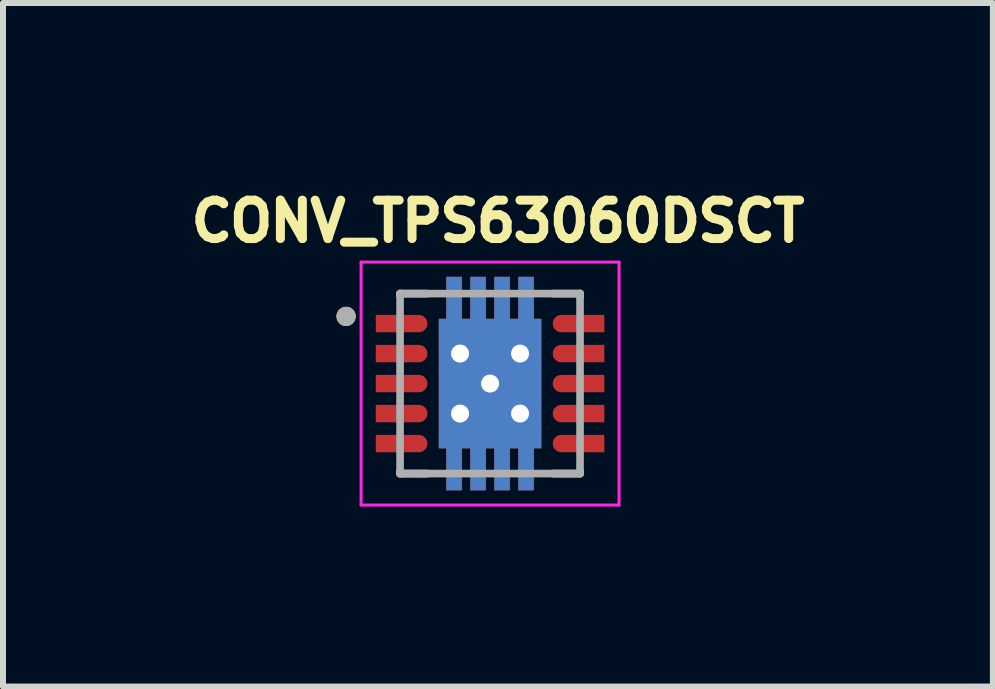
<source format=kicad_pcb>
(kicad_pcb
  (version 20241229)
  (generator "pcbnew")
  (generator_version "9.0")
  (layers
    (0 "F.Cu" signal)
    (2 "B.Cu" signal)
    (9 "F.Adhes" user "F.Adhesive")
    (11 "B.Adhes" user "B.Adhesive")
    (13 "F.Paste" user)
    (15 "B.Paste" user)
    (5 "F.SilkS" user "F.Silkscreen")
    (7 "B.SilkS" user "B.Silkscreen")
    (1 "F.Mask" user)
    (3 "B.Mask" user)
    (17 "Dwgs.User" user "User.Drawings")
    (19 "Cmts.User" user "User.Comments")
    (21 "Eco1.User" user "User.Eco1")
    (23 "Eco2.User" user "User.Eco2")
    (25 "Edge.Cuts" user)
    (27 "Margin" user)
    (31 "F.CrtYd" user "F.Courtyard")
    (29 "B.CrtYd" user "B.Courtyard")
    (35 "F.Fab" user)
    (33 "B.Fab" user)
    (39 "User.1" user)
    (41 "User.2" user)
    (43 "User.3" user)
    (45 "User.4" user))
  (footprint "CONV_TPS63060DSCT"
    (layer "F.Cu")
    (at 5.119 3.344)
    (property "Reference" "CONV_TPS63060DSCT" (at 0.132 -2.706 0) (layer "F.SilkS") (effects (font (size 0.64 0.64) (thickness 0.15))))
    (attr smd)
    (fp_poly (pts (xy -0.92 -1.145) (xy -0.795 -1.145) (xy -0.795 -1.845) (xy -0.405 -1.845) (xy -0.405 -1.145) (xy -0.395 -1.145) (xy -0.395 -1.845) (xy -0.005 -1.845) (xy -0.005 -1.145) (xy 0.005 -1.145) (xy 0.005 -1.845) (xy 0.395 -1.845) (xy 0.395 -1.145) (xy 0.405 -1.145) (xy 0.405 -1.845) (xy 0.795 -1.845) (xy 0.795 -1.145) (xy 0.92 -1.145) (xy 0.92 1.145) (xy 0.795 1.145) (xy 0.795 1.845) (xy 0.405 1.845) (xy 0.405 1.145) (xy 0.395 1.145) (xy 0.395 1.845) (xy 0.005 1.845) (xy 0.005 1.145) (xy -0.005 1.145) (xy -0.005 1.845) (xy -0.395 1.845) (xy -0.395 1.145) (xy -0.405 1.145) (xy -0.405 1.845) (xy -0.795 1.845) (xy -0.795 1.145) (xy -0.92 1.145)) (stroke (width 0.01) (type solid)) (fill yes) (layer "F.Mask"))
    (fp_poly (pts (xy -1.97 -1.21) (xy -1.97 -0.79) (xy -1.19 -0.79) (xy -1.179 -0.79) (xy -1.168 -0.791) (xy -1.157 -0.793) (xy -1.146 -0.795) (xy -1.136 -0.797) (xy -1.125 -0.8) (xy -1.115 -0.804) (xy -1.105 -0.808) (xy -1.095 -0.813) (xy -1.085 -0.818) (xy -1.076 -0.824) (xy -1.067 -0.83) (xy -1.058 -0.837) (xy -1.049 -0.844) (xy -1.042 -0.852) (xy -1.034 -0.859) (xy -1.027 -0.868) (xy -1.02 -0.877) (xy -1.014 -0.886) (xy -1.008 -0.895) (xy -1.003 -0.905) (xy -0.998 -0.915) (xy -0.994 -0.925) (xy -0.99 -0.935) (xy -0.987 -0.946) (xy -0.985 -0.956) (xy -0.983 -0.967) (xy -0.981 -0.978) (xy -0.98 -0.989) (xy -0.98 -1) (xy -0.98 -1.011) (xy -0.981 -1.022) (xy -0.983 -1.033) (xy -0.985 -1.044) (xy -0.987 -1.054) (xy -0.99 -1.065) (xy -0.994 -1.075) (xy -0.998 -1.085) (xy -1.003 -1.095) (xy -1.008 -1.105) (xy -1.014 -1.114) (xy -1.02 -1.123) (xy -1.027 -1.132) (xy -1.034 -1.141) (xy -1.042 -1.148) (xy -1.049 -1.156) (xy -1.058 -1.163) (xy -1.067 -1.17) (xy -1.076 -1.176) (xy -1.085 -1.182) (xy -1.095 -1.187) (xy -1.105 -1.192) (xy -1.115 -1.196) (xy -1.125 -1.2) (xy -1.136 -1.203) (xy -1.146 -1.205) (xy -1.157 -1.207) (xy -1.168 -1.209) (xy -1.179 -1.21) (xy -1.19 -1.21) (xy -1.97 -1.21)) (stroke (width 0.01) (type solid)) (fill yes) (layer "F.Mask"))
    (fp_poly (pts (xy -1.97 -0.71) (xy -1.97 -0.29) (xy -1.19 -0.29) (xy -1.179 -0.29) (xy -1.168 -0.291) (xy -1.157 -0.293) (xy -1.146 -0.295) (xy -1.136 -0.297) (xy -1.125 -0.3) (xy -1.115 -0.304) (xy -1.105 -0.308) (xy -1.095 -0.313) (xy -1.085 -0.318) (xy -1.076 -0.324) (xy -1.067 -0.33) (xy -1.058 -0.337) (xy -1.049 -0.344) (xy -1.042 -0.352) (xy -1.034 -0.359) (xy -1.027 -0.368) (xy -1.02 -0.377) (xy -1.014 -0.386) (xy -1.008 -0.395) (xy -1.003 -0.405) (xy -0.998 -0.415) (xy -0.994 -0.425) (xy -0.99 -0.435) (xy -0.987 -0.446) (xy -0.985 -0.456) (xy -0.983 -0.467) (xy -0.981 -0.478) (xy -0.98 -0.489) (xy -0.98 -0.5) (xy -0.98 -0.511) (xy -0.981 -0.522) (xy -0.983 -0.533) (xy -0.985 -0.544) (xy -0.987 -0.554) (xy -0.99 -0.565) (xy -0.994 -0.575) (xy -0.998 -0.585) (xy -1.003 -0.595) (xy -1.008 -0.605) (xy -1.014 -0.614) (xy -1.02 -0.623) (xy -1.027 -0.632) (xy -1.034 -0.641) (xy -1.042 -0.648) (xy -1.049 -0.656) (xy -1.058 -0.663) (xy -1.067 -0.67) (xy -1.076 -0.676) (xy -1.085 -0.682) (xy -1.095 -0.687) (xy -1.105 -0.692) (xy -1.115 -0.696) (xy -1.125 -0.7) (xy -1.136 -0.703) (xy -1.146 -0.705) (xy -1.157 -0.707) (xy -1.168 -0.709) (xy -1.179 -0.71) (xy -1.19 -0.71) (xy -1.97 -0.71)) (stroke (width 0.01) (type solid)) (fill yes) (layer "F.Mask"))
    (fp_poly (pts (xy -1.97 -0.21) (xy -1.97 0.21) (xy -1.19 0.21) (xy -1.179 0.21) (xy -1.168 0.209) (xy -1.157 0.207) (xy -1.146 0.205) (xy -1.136 0.203) (xy -1.125 0.2) (xy -1.115 0.196) (xy -1.105 0.192) (xy -1.095 0.187) (xy -1.085 0.182) (xy -1.076 0.176) (xy -1.067 0.17) (xy -1.058 0.163) (xy -1.049 0.156) (xy -1.042 0.148) (xy -1.034 0.141) (xy -1.027 0.132) (xy -1.02 0.123) (xy -1.014 0.114) (xy -1.008 0.105) (xy -1.003 0.095) (xy -0.998 0.085) (xy -0.994 0.075) (xy -0.99 0.065) (xy -0.987 0.054) (xy -0.985 0.044) (xy -0.983 0.033) (xy -0.981 0.022) (xy -0.98 0.011) (xy -0.98 0) (xy -0.98 -0.011) (xy -0.981 -0.022) (xy -0.983 -0.033) (xy -0.985 -0.044) (xy -0.987 -0.054) (xy -0.99 -0.065) (xy -0.994 -0.075) (xy -0.998 -0.085) (xy -1.003 -0.095) (xy -1.008 -0.105) (xy -1.014 -0.114) (xy -1.02 -0.123) (xy -1.027 -0.132) (xy -1.034 -0.141) (xy -1.042 -0.148) (xy -1.049 -0.156) (xy -1.058 -0.163) (xy -1.067 -0.17) (xy -1.076 -0.176) (xy -1.085 -0.182) (xy -1.095 -0.187) (xy -1.105 -0.192) (xy -1.115 -0.196) (xy -1.125 -0.2) (xy -1.136 -0.203) (xy -1.146 -0.205) (xy -1.157 -0.207) (xy -1.168 -0.209) (xy -1.179 -0.21) (xy -1.19 -0.21) (xy -1.97 -0.21)) (stroke (width 0.01) (type solid)) (fill yes) (layer "F.Mask"))
    (fp_poly (pts (xy -1.97 0.29) (xy -1.97 0.71) (xy -1.19 0.71) (xy -1.179 0.71) (xy -1.168 0.709) (xy -1.157 0.707) (xy -1.146 0.705) (xy -1.136 0.703) (xy -1.125 0.7) (xy -1.115 0.696) (xy -1.105 0.692) (xy -1.095 0.687) (xy -1.085 0.682) (xy -1.076 0.676) (xy -1.067 0.67) (xy -1.058 0.663) (xy -1.049 0.656) (xy -1.042 0.648) (xy -1.034 0.641) (xy -1.027 0.632) (xy -1.02 0.623) (xy -1.014 0.614) (xy -1.008 0.605) (xy -1.003 0.595) (xy -0.998 0.585) (xy -0.994 0.575) (xy -0.99 0.565) (xy -0.987 0.554) (xy -0.985 0.544) (xy -0.983 0.533) (xy -0.981 0.522) (xy -0.98 0.511) (xy -0.98 0.5) (xy -0.98 0.489) (xy -0.981 0.478) (xy -0.983 0.467) (xy -0.985 0.456) (xy -0.987 0.446) (xy -0.99 0.435) (xy -0.994 0.425) (xy -0.998 0.415) (xy -1.003 0.405) (xy -1.008 0.395) (xy -1.014 0.386) (xy -1.02 0.377) (xy -1.027 0.368) (xy -1.034 0.359) (xy -1.042 0.352) (xy -1.049 0.344) (xy -1.058 0.337) (xy -1.067 0.33) (xy -1.076 0.324) (xy -1.085 0.318) (xy -1.095 0.313) (xy -1.105 0.308) (xy -1.115 0.304) (xy -1.125 0.3) (xy -1.136 0.297) (xy -1.146 0.295) (xy -1.157 0.293) (xy -1.168 0.291) (xy -1.179 0.29) (xy -1.19 0.29) (xy -1.97 0.29)) (stroke (width 0.01) (type solid)) (fill yes) (layer "F.Mask"))
    (fp_poly (pts (xy -1.97 0.79) (xy -1.97 1.21) (xy -1.19 1.21) (xy -1.179 1.21) (xy -1.168 1.209) (xy -1.157 1.207) (xy -1.146 1.205) (xy -1.136 1.203) (xy -1.125 1.2) (xy -1.115 1.196) (xy -1.105 1.192) (xy -1.095 1.187) (xy -1.085 1.182) (xy -1.076 1.176) (xy -1.067 1.17) (xy -1.058 1.163) (xy -1.049 1.156) (xy -1.042 1.148) (xy -1.034 1.141) (xy -1.027 1.132) (xy -1.02 1.123) (xy -1.014 1.114) (xy -1.008 1.105) (xy -1.003 1.095) (xy -0.998 1.085) (xy -0.994 1.075) (xy -0.99 1.065) (xy -0.987 1.054) (xy -0.985 1.044) (xy -0.983 1.033) (xy -0.981 1.022) (xy -0.98 1.011) (xy -0.98 1) (xy -0.98 0.989) (xy -0.981 0.978) (xy -0.983 0.967) (xy -0.985 0.956) (xy -0.987 0.946) (xy -0.99 0.935) (xy -0.994 0.925) (xy -0.998 0.915) (xy -1.003 0.905) (xy -1.008 0.895) (xy -1.014 0.886) (xy -1.02 0.877) (xy -1.027 0.868) (xy -1.034 0.859) (xy -1.042 0.852) (xy -1.049 0.844) (xy -1.058 0.837) (xy -1.067 0.83) (xy -1.076 0.824) (xy -1.085 0.818) (xy -1.095 0.813) (xy -1.105 0.808) (xy -1.115 0.804) (xy -1.125 0.8) (xy -1.136 0.797) (xy -1.146 0.795) (xy -1.157 0.793) (xy -1.168 0.791) (xy -1.179 0.79) (xy -1.19 0.79) (xy -1.97 0.79)) (stroke (width 0.01) (type solid)) (fill yes) (layer "F.Mask"))
    (fp_poly (pts (xy 1.97 -1.21) (xy 1.97 -0.79) (xy 1.19 -0.79) (xy 1.179 -0.79) (xy 1.168 -0.791) (xy 1.157 -0.793) (xy 1.146 -0.795) (xy 1.136 -0.797) (xy 1.125 -0.8) (xy 1.115 -0.804) (xy 1.105 -0.808) (xy 1.095 -0.813) (xy 1.085 -0.818) (xy 1.076 -0.824) (xy 1.067 -0.83) (xy 1.058 -0.837) (xy 1.049 -0.844) (xy 1.042 -0.852) (xy 1.034 -0.859) (xy 1.027 -0.868) (xy 1.02 -0.877) (xy 1.014 -0.886) (xy 1.008 -0.895) (xy 1.003 -0.905) (xy 0.998 -0.915) (xy 0.994 -0.925) (xy 0.99 -0.935) (xy 0.987 -0.946) (xy 0.985 -0.956) (xy 0.983 -0.967) (xy 0.981 -0.978) (xy 0.98 -0.989) (xy 0.98 -1) (xy 0.98 -1.011) (xy 0.981 -1.022) (xy 0.983 -1.033) (xy 0.985 -1.044) (xy 0.987 -1.054) (xy 0.99 -1.065) (xy 0.994 -1.075) (xy 0.998 -1.085) (xy 1.003 -1.095) (xy 1.008 -1.105) (xy 1.014 -1.114) (xy 1.02 -1.123) (xy 1.027 -1.132) (xy 1.034 -1.141) (xy 1.042 -1.148) (xy 1.049 -1.156) (xy 1.058 -1.163) (xy 1.067 -1.17) (xy 1.076 -1.176) (xy 1.085 -1.182) (xy 1.095 -1.187) (xy 1.105 -1.192) (xy 1.115 -1.196) (xy 1.125 -1.2) (xy 1.136 -1.203) (xy 1.146 -1.205) (xy 1.157 -1.207) (xy 1.168 -1.209) (xy 1.179 -1.21) (xy 1.19 -1.21) (xy 1.97 -1.21)) (stroke (width 0.01) (type solid)) (fill yes) (layer "F.Mask"))
    (fp_poly (pts (xy 1.97 -0.71) (xy 1.97 -0.29) (xy 1.19 -0.29) (xy 1.179 -0.29) (xy 1.168 -0.291) (xy 1.157 -0.293) (xy 1.146 -0.295) (xy 1.136 -0.297) (xy 1.125 -0.3) (xy 1.115 -0.304) (xy 1.105 -0.308) (xy 1.095 -0.313) (xy 1.085 -0.318) (xy 1.076 -0.324) (xy 1.067 -0.33) (xy 1.058 -0.337) (xy 1.049 -0.344) (xy 1.042 -0.352) (xy 1.034 -0.359) (xy 1.027 -0.368) (xy 1.02 -0.377) (xy 1.014 -0.386) (xy 1.008 -0.395) (xy 1.003 -0.405) (xy 0.998 -0.415) (xy 0.994 -0.425) (xy 0.99 -0.435) (xy 0.987 -0.446) (xy 0.985 -0.456) (xy 0.983 -0.467) (xy 0.981 -0.478) (xy 0.98 -0.489) (xy 0.98 -0.5) (xy 0.98 -0.511) (xy 0.981 -0.522) (xy 0.983 -0.533) (xy 0.985 -0.544) (xy 0.987 -0.554) (xy 0.99 -0.565) (xy 0.994 -0.575) (xy 0.998 -0.585) (xy 1.003 -0.595) (xy 1.008 -0.605) (xy 1.014 -0.614) (xy 1.02 -0.623) (xy 1.027 -0.632) (xy 1.034 -0.641) (xy 1.042 -0.648) (xy 1.049 -0.656) (xy 1.058 -0.663) (xy 1.067 -0.67) (xy 1.076 -0.676) (xy 1.085 -0.682) (xy 1.095 -0.687) (xy 1.105 -0.692) (xy 1.115 -0.696) (xy 1.125 -0.7) (xy 1.136 -0.703) (xy 1.146 -0.705) (xy 1.157 -0.707) (xy 1.168 -0.709) (xy 1.179 -0.71) (xy 1.19 -0.71) (xy 1.97 -0.71)) (stroke (width 0.01) (type solid)) (fill yes) (layer "F.Mask"))
    (fp_poly (pts (xy 1.97 -0.21) (xy 1.97 0.21) (xy 1.19 0.21) (xy 1.179 0.21) (xy 1.168 0.209) (xy 1.157 0.207) (xy 1.146 0.205) (xy 1.136 0.203) (xy 1.125 0.2) (xy 1.115 0.196) (xy 1.105 0.192) (xy 1.095 0.187) (xy 1.085 0.182) (xy 1.076 0.176) (xy 1.067 0.17) (xy 1.058 0.163) (xy 1.049 0.156) (xy 1.042 0.148) (xy 1.034 0.141) (xy 1.027 0.132) (xy 1.02 0.123) (xy 1.014 0.114) (xy 1.008 0.105) (xy 1.003 0.095) (xy 0.998 0.085) (xy 0.994 0.075) (xy 0.99 0.065) (xy 0.987 0.054) (xy 0.985 0.044) (xy 0.983 0.033) (xy 0.981 0.022) (xy 0.98 0.011) (xy 0.98 0) (xy 0.98 -0.011) (xy 0.981 -0.022) (xy 0.983 -0.033) (xy 0.985 -0.044) (xy 0.987 -0.054) (xy 0.99 -0.065) (xy 0.994 -0.075) (xy 0.998 -0.085) (xy 1.003 -0.095) (xy 1.008 -0.105) (xy 1.014 -0.114) (xy 1.02 -0.123) (xy 1.027 -0.132) (xy 1.034 -0.141) (xy 1.042 -0.148) (xy 1.049 -0.156) (xy 1.058 -0.163) (xy 1.067 -0.17) (xy 1.076 -0.176) (xy 1.085 -0.182) (xy 1.095 -0.187) (xy 1.105 -0.192) (xy 1.115 -0.196) (xy 1.125 -0.2) (xy 1.136 -0.203) (xy 1.146 -0.205) (xy 1.157 -0.207) (xy 1.168 -0.209) (xy 1.179 -0.21) (xy 1.19 -0.21) (xy 1.97 -0.21)) (stroke (width 0.01) (type solid)) (fill yes) (layer "F.Mask"))
    (fp_poly (pts (xy 1.97 0.29) (xy 1.97 0.71) (xy 1.19 0.71) (xy 1.179 0.71) (xy 1.168 0.709) (xy 1.157 0.707) (xy 1.146 0.705) (xy 1.136 0.703) (xy 1.125 0.7) (xy 1.115 0.696) (xy 1.105 0.692) (xy 1.095 0.687) (xy 1.085 0.682) (xy 1.076 0.676) (xy 1.067 0.67) (xy 1.058 0.663) (xy 1.049 0.656) (xy 1.042 0.648) (xy 1.034 0.641) (xy 1.027 0.632) (xy 1.02 0.623) (xy 1.014 0.614) (xy 1.008 0.605) (xy 1.003 0.595) (xy 0.998 0.585) (xy 0.994 0.575) (xy 0.99 0.565) (xy 0.987 0.554) (xy 0.985 0.544) (xy 0.983 0.533) (xy 0.981 0.522) (xy 0.98 0.511) (xy 0.98 0.5) (xy 0.98 0.489) (xy 0.981 0.478) (xy 0.983 0.467) (xy 0.985 0.456) (xy 0.987 0.446) (xy 0.99 0.435) (xy 0.994 0.425) (xy 0.998 0.415) (xy 1.003 0.405) (xy 1.008 0.395) (xy 1.014 0.386) (xy 1.02 0.377) (xy 1.027 0.368) (xy 1.034 0.359) (xy 1.042 0.352) (xy 1.049 0.344) (xy 1.058 0.337) (xy 1.067 0.33) (xy 1.076 0.324) (xy 1.085 0.318) (xy 1.095 0.313) (xy 1.105 0.308) (xy 1.115 0.304) (xy 1.125 0.3) (xy 1.136 0.297) (xy 1.146 0.295) (xy 1.157 0.293) (xy 1.168 0.291) (xy 1.179 0.29) (xy 1.19 0.29) (xy 1.97 0.29)) (stroke (width 0.01) (type solid)) (fill yes) (layer "F.Mask"))
    (fp_poly (pts (xy 1.97 0.79) (xy 1.97 1.21) (xy 1.19 1.21) (xy 1.179 1.21) (xy 1.168 1.209) (xy 1.157 1.207) (xy 1.146 1.205) (xy 1.136 1.203) (xy 1.125 1.2) (xy 1.115 1.196) (xy 1.105 1.192) (xy 1.095 1.187) (xy 1.085 1.182) (xy 1.076 1.176) (xy 1.067 1.17) (xy 1.058 1.163) (xy 1.049 1.156) (xy 1.042 1.148) (xy 1.034 1.141) (xy 1.027 1.132) (xy 1.02 1.123) (xy 1.014 1.114) (xy 1.008 1.105) (xy 1.003 1.095) (xy 0.998 1.085) (xy 0.994 1.075) (xy 0.99 1.065) (xy 0.987 1.054) (xy 0.985 1.044) (xy 0.983 1.033) (xy 0.981 1.022) (xy 0.98 1.011) (xy 0.98 1) (xy 0.98 0.989) (xy 0.981 0.978) (xy 0.983 0.967) (xy 0.985 0.956) (xy 0.987 0.946) (xy 0.99 0.935) (xy 0.994 0.925) (xy 0.998 0.915) (xy 1.003 0.905) (xy 1.008 0.895) (xy 1.014 0.886) (xy 1.02 0.877) (xy 1.027 0.868) (xy 1.034 0.859) (xy 1.042 0.852) (xy 1.049 0.844) (xy 1.058 0.837) (xy 1.067 0.83) (xy 1.076 0.824) (xy 1.085 0.818) (xy 1.095 0.813) (xy 1.105 0.808) (xy 1.115 0.804) (xy 1.125 0.8) (xy 1.136 0.797) (xy 1.146 0.795) (xy 1.157 0.793) (xy 1.168 0.791) (xy 1.179 0.79) (xy 1.19 0.79) (xy 1.97 0.79)) (stroke (width 0.01) (type solid)) (fill yes) (layer "F.Mask"))
    (fp_line (start -1.5 -1.5) (end -1.5 -1.46) (stroke (width 0.127) (type solid)) (layer "F.SilkS"))
    (fp_line (start -1.5 -1.5) (end -1.045 -1.5) (stroke (width 0.127) (type solid)) (layer "F.SilkS"))
    (fp_line (start -1.5 1.5) (end -1.5 1.46) (stroke (width 0.127) (type solid)) (layer "F.SilkS"))
    (fp_line (start -1.5 1.5) (end -1.045 1.5) (stroke (width 0.127) (type solid)) (layer "F.SilkS"))
    (fp_line (start 1.045 -1.5) (end 1.5 -1.5) (stroke (width 0.127) (type solid)) (layer "F.SilkS"))
    (fp_line (start 1.045 1.5) (end 1.5 1.5) (stroke (width 0.127) (type solid)) (layer "F.SilkS"))
    (fp_line (start 1.5 -1.5) (end 1.5 -1.46) (stroke (width 0.127) (type solid)) (layer "F.SilkS"))
    (fp_line (start 1.5 1.5) (end 1.5 1.46) (stroke (width 0.127) (type solid)) (layer "F.SilkS"))
    (fp_circle (center -2.4 -1.12) (end -2.32 -1.12) (stroke (width 0.16) (type solid)) (fill no) (layer "F.SilkS"))
    (fp_poly (pts (xy -0.76 -1.01) (xy -0.11 -1.01) (xy -0.11 -0.11) (xy -0.76 -0.11)) (stroke (width 0.01) (type solid)) (fill yes) (layer "F.Paste"))
    (fp_poly (pts (xy -0.76 0.11) (xy -0.11 0.11) (xy -0.11 1.01) (xy -0.76 1.01)) (stroke (width 0.01) (type solid)) (fill yes) (layer "F.Paste"))
    (fp_poly (pts (xy -0.715 -1.76) (xy -0.485 -1.76) (xy -0.485 -1.16) (xy -0.715 -1.16)) (stroke (width 0.01) (type solid)) (fill yes) (layer "F.Paste"))
    (fp_poly (pts (xy -0.715 1.16) (xy -0.485 1.16) (xy -0.485 1.76) (xy -0.715 1.76)) (stroke (width 0.01) (type solid)) (fill yes) (layer "F.Paste"))
    (fp_poly (pts (xy -0.315 -1.76) (xy -0.085 -1.76) (xy -0.085 -1.16) (xy -0.315 -1.16)) (stroke (width 0.01) (type solid)) (fill yes) (layer "F.Paste"))
    (fp_poly (pts (xy -0.315 1.16) (xy -0.085 1.16) (xy -0.085 1.76) (xy -0.315 1.76)) (stroke (width 0.01) (type solid)) (fill yes) (layer "F.Paste"))
    (fp_poly (pts (xy 0.085 -1.76) (xy 0.315 -1.76) (xy 0.315 -1.16) (xy 0.085 -1.16)) (stroke (width 0.01) (type solid)) (fill yes) (layer "F.Paste"))
    (fp_poly (pts (xy 0.085 1.16) (xy 0.315 1.16) (xy 0.315 1.76) (xy 0.085 1.76)) (stroke (width 0.01) (type solid)) (fill yes) (layer "F.Paste"))
    (fp_poly (pts (xy 0.11 -1.01) (xy 0.76 -1.01) (xy 0.76 -0.11) (xy 0.11 -0.11)) (stroke (width 0.01) (type solid)) (fill yes) (layer "F.Paste"))
    (fp_poly (pts (xy 0.11 0.11) (xy 0.76 0.11) (xy 0.76 1.01) (xy 0.11 1.01)) (stroke (width 0.01) (type solid)) (fill yes) (layer "F.Paste"))
    (fp_poly (pts (xy 0.485 -1.76) (xy 0.715 -1.76) (xy 0.715 -1.16) (xy 0.485 -1.16)) (stroke (width 0.01) (type solid)) (fill yes) (layer "F.Paste"))
    (fp_poly (pts (xy 0.485 1.16) (xy 0.715 1.16) (xy 0.715 1.76) (xy 0.485 1.76)) (stroke (width 0.01) (type solid)) (fill yes) (layer "F.Paste"))
    (fp_poly (pts (xy -1.875 -1.115) (xy -1.875 -0.885) (xy -1.215 -0.885) (xy -1.209 -0.885) (xy -1.203 -0.884) (xy -1.196 -0.885) (xy -1.189 -0.885) (xy -1.182 -0.886) (xy -1.176 -0.887) (xy -1.169 -0.889) (xy -1.163 -0.891) (xy -1.157 -0.893) (xy -1.15 -0.895) (xy -1.144 -0.898) (xy -1.138 -0.902) (xy -1.133 -0.905) (xy -1.127 -0.909) (xy -1.122 -0.913) (xy -1.117 -0.917) (xy -1.112 -0.922) (xy -1.107 -0.927) (xy -1.103 -0.932) (xy -1.099 -0.937) (xy -1.095 -0.943) (xy -1.092 -0.948) (xy -1.088 -0.954) (xy -1.085 -0.96) (xy -1.083 -0.967) (xy -1.081 -0.973) (xy -1.079 -0.979) (xy -1.077 -0.986) (xy -1.076 -0.992) (xy -1.075 -1) (xy -1.076 -1.008) (xy -1.077 -1.014) (xy -1.079 -1.021) (xy -1.081 -1.027) (xy -1.083 -1.033) (xy -1.085 -1.04) (xy -1.088 -1.046) (xy -1.092 -1.052) (xy -1.095 -1.057) (xy -1.099 -1.063) (xy -1.103 -1.068) (xy -1.107 -1.073) (xy -1.112 -1.078) (xy -1.117 -1.083) (xy -1.122 -1.087) (xy -1.127 -1.091) (xy -1.133 -1.095) (xy -1.138 -1.098) (xy -1.144 -1.102) (xy -1.15 -1.105) (xy -1.157 -1.107) (xy -1.163 -1.109) (xy -1.169 -1.111) (xy -1.176 -1.113) (xy -1.182 -1.114) (xy -1.189 -1.115) (xy -1.196 -1.115) (xy -1.203 -1.116) (xy -1.209 -1.115) (xy -1.215 -1.115) (xy -1.875 -1.115)) (stroke (width 0.01) (type solid)) (fill yes) (layer "F.Paste"))
    (fp_poly (pts (xy -1.875 -0.615) (xy -1.875 -0.385) (xy -1.215 -0.385) (xy -1.209 -0.385) (xy -1.203 -0.384) (xy -1.196 -0.385) (xy -1.189 -0.385) (xy -1.182 -0.386) (xy -1.176 -0.387) (xy -1.169 -0.389) (xy -1.163 -0.391) (xy -1.157 -0.393) (xy -1.15 -0.395) (xy -1.144 -0.398) (xy -1.138 -0.402) (xy -1.133 -0.405) (xy -1.127 -0.409) (xy -1.122 -0.413) (xy -1.117 -0.417) (xy -1.112 -0.422) (xy -1.107 -0.427) (xy -1.103 -0.432) (xy -1.099 -0.437) (xy -1.095 -0.443) (xy -1.092 -0.448) (xy -1.088 -0.454) (xy -1.085 -0.46) (xy -1.083 -0.467) (xy -1.081 -0.473) (xy -1.079 -0.479) (xy -1.077 -0.486) (xy -1.076 -0.492) (xy -1.075 -0.5) (xy -1.076 -0.508) (xy -1.077 -0.514) (xy -1.079 -0.521) (xy -1.081 -0.527) (xy -1.083 -0.533) (xy -1.085 -0.54) (xy -1.088 -0.546) (xy -1.092 -0.552) (xy -1.095 -0.557) (xy -1.099 -0.563) (xy -1.103 -0.568) (xy -1.107 -0.573) (xy -1.112 -0.578) (xy -1.117 -0.583) (xy -1.122 -0.587) (xy -1.127 -0.591) (xy -1.133 -0.595) (xy -1.138 -0.598) (xy -1.144 -0.602) (xy -1.15 -0.605) (xy -1.157 -0.607) (xy -1.163 -0.609) (xy -1.169 -0.611) (xy -1.176 -0.613) (xy -1.182 -0.614) (xy -1.189 -0.615) (xy -1.196 -0.615) (xy -1.203 -0.616) (xy -1.209 -0.615) (xy -1.215 -0.615) (xy -1.875 -0.615)) (stroke (width 0.01) (type solid)) (fill yes) (layer "F.Paste"))
    (fp_poly (pts (xy -1.875 -0.115) (xy -1.875 0.115) (xy -1.215 0.115) (xy -1.209 0.115) (xy -1.203 0.116) (xy -1.196 0.115) (xy -1.189 0.115) (xy -1.182 0.114) (xy -1.176 0.113) (xy -1.169 0.111) (xy -1.163 0.109) (xy -1.157 0.107) (xy -1.15 0.105) (xy -1.144 0.102) (xy -1.138 0.098) (xy -1.133 0.095) (xy -1.127 0.091) (xy -1.122 0.087) (xy -1.117 0.083) (xy -1.112 0.078) (xy -1.107 0.073) (xy -1.103 0.068) (xy -1.099 0.063) (xy -1.095 0.057) (xy -1.092 0.052) (xy -1.088 0.046) (xy -1.085 0.04) (xy -1.083 0.033) (xy -1.081 0.027) (xy -1.079 0.021) (xy -1.077 0.014) (xy -1.076 0.008) (xy -1.075 0) (xy -1.076 -0.008) (xy -1.077 -0.014) (xy -1.079 -0.021) (xy -1.081 -0.027) (xy -1.083 -0.033) (xy -1.085 -0.04) (xy -1.088 -0.046) (xy -1.092 -0.052) (xy -1.095 -0.057) (xy -1.099 -0.063) (xy -1.103 -0.068) (xy -1.107 -0.073) (xy -1.112 -0.078) (xy -1.117 -0.083) (xy -1.122 -0.087) (xy -1.127 -0.091) (xy -1.133 -0.095) (xy -1.138 -0.098) (xy -1.144 -0.102) (xy -1.15 -0.105) (xy -1.157 -0.107) (xy -1.163 -0.109) (xy -1.169 -0.111) (xy -1.176 -0.113) (xy -1.182 -0.114) (xy -1.189 -0.115) (xy -1.196 -0.115) (xy -1.203 -0.116) (xy -1.209 -0.115) (xy -1.215 -0.115) (xy -1.875 -0.115)) (stroke (width 0.01) (type solid)) (fill yes) (layer "F.Paste"))
    (fp_poly (pts (xy -1.875 0.385) (xy -1.875 0.615) (xy -1.215 0.615) (xy -1.209 0.615) (xy -1.203 0.616) (xy -1.196 0.615) (xy -1.189 0.615) (xy -1.182 0.614) (xy -1.176 0.613) (xy -1.169 0.611) (xy -1.163 0.609) (xy -1.157 0.607) (xy -1.15 0.605) (xy -1.144 0.602) (xy -1.138 0.598) (xy -1.133 0.595) (xy -1.127 0.591) (xy -1.122 0.587) (xy -1.117 0.583) (xy -1.112 0.578) (xy -1.107 0.573) (xy -1.103 0.568) (xy -1.099 0.563) (xy -1.095 0.557) (xy -1.092 0.552) (xy -1.088 0.546) (xy -1.085 0.54) (xy -1.083 0.533) (xy -1.081 0.527) (xy -1.079 0.521) (xy -1.077 0.514) (xy -1.076 0.508) (xy -1.075 0.5) (xy -1.076 0.492) (xy -1.077 0.486) (xy -1.079 0.479) (xy -1.081 0.473) (xy -1.083 0.467) (xy -1.085 0.46) (xy -1.088 0.454) (xy -1.092 0.448) (xy -1.095 0.443) (xy -1.099 0.437) (xy -1.103 0.432) (xy -1.107 0.427) (xy -1.112 0.422) (xy -1.117 0.417) (xy -1.122 0.413) (xy -1.127 0.409) (xy -1.133 0.405) (xy -1.138 0.402) (xy -1.144 0.398) (xy -1.15 0.395) (xy -1.157 0.393) (xy -1.163 0.391) (xy -1.169 0.389) (xy -1.176 0.387) (xy -1.182 0.386) (xy -1.189 0.385) (xy -1.196 0.385) (xy -1.203 0.384) (xy -1.209 0.385) (xy -1.215 0.385) (xy -1.875 0.385)) (stroke (width 0.01) (type solid)) (fill yes) (layer "F.Paste"))
    (fp_poly (pts (xy -1.875 0.885) (xy -1.875 1.115) (xy -1.215 1.115) (xy -1.209 1.115) (xy -1.203 1.116) (xy -1.196 1.115) (xy -1.189 1.115) (xy -1.182 1.114) (xy -1.176 1.113) (xy -1.169 1.111) (xy -1.163 1.109) (xy -1.157 1.107) (xy -1.15 1.105) (xy -1.144 1.102) (xy -1.138 1.098) (xy -1.133 1.095) (xy -1.127 1.091) (xy -1.122 1.087) (xy -1.117 1.083) (xy -1.112 1.078) (xy -1.107 1.073) (xy -1.103 1.068) (xy -1.099 1.063) (xy -1.095 1.057) (xy -1.092 1.052) (xy -1.088 1.046) (xy -1.085 1.04) (xy -1.083 1.033) (xy -1.081 1.027) (xy -1.079 1.021) (xy -1.077 1.014) (xy -1.076 1.008) (xy -1.075 1) (xy -1.076 0.992) (xy -1.077 0.986) (xy -1.079 0.979) (xy -1.081 0.973) (xy -1.083 0.967) (xy -1.085 0.96) (xy -1.088 0.954) (xy -1.092 0.948) (xy -1.095 0.943) (xy -1.099 0.937) (xy -1.103 0.932) (xy -1.107 0.927) (xy -1.112 0.922) (xy -1.117 0.917) (xy -1.122 0.913) (xy -1.127 0.909) (xy -1.133 0.905) (xy -1.138 0.902) (xy -1.144 0.898) (xy -1.15 0.895) (xy -1.157 0.893) (xy -1.163 0.891) (xy -1.169 0.889) (xy -1.176 0.887) (xy -1.182 0.886) (xy -1.189 0.885) (xy -1.196 0.885) (xy -1.203 0.884) (xy -1.209 0.885) (xy -1.215 0.885) (xy -1.875 0.885)) (stroke (width 0.01) (type solid)) (fill yes) (layer "F.Paste"))
    (fp_poly (pts (xy 1.875 -1.115) (xy 1.875 -0.885) (xy 1.215 -0.885) (xy 1.209 -0.885) (xy 1.203 -0.884) (xy 1.196 -0.885) (xy 1.189 -0.885) (xy 1.182 -0.886) (xy 1.176 -0.887) (xy 1.169 -0.889) (xy 1.163 -0.891) (xy 1.157 -0.893) (xy 1.15 -0.895) (xy 1.144 -0.898) (xy 1.138 -0.902) (xy 1.133 -0.905) (xy 1.127 -0.909) (xy 1.122 -0.913) (xy 1.117 -0.917) (xy 1.112 -0.922) (xy 1.107 -0.927) (xy 1.103 -0.932) (xy 1.099 -0.937) (xy 1.095 -0.943) (xy 1.092 -0.948) (xy 1.088 -0.954) (xy 1.085 -0.96) (xy 1.083 -0.967) (xy 1.081 -0.973) (xy 1.079 -0.979) (xy 1.077 -0.986) (xy 1.076 -0.992) (xy 1.075 -1) (xy 1.076 -1.008) (xy 1.077 -1.014) (xy 1.079 -1.021) (xy 1.081 -1.027) (xy 1.083 -1.033) (xy 1.085 -1.04) (xy 1.088 -1.046) (xy 1.092 -1.052) (xy 1.095 -1.057) (xy 1.099 -1.063) (xy 1.103 -1.068) (xy 1.107 -1.073) (xy 1.112 -1.078) (xy 1.117 -1.083) (xy 1.122 -1.087) (xy 1.127 -1.091) (xy 1.133 -1.095) (xy 1.138 -1.098) (xy 1.144 -1.102) (xy 1.15 -1.105) (xy 1.157 -1.107) (xy 1.163 -1.109) (xy 1.169 -1.111) (xy 1.176 -1.113) (xy 1.182 -1.114) (xy 1.189 -1.115) (xy 1.196 -1.115) (xy 1.203 -1.116) (xy 1.209 -1.115) (xy 1.215 -1.115) (xy 1.875 -1.115)) (stroke (width 0.01) (type solid)) (fill yes) (layer "F.Paste"))
    (fp_poly (pts (xy 1.875 -0.615) (xy 1.875 -0.385) (xy 1.215 -0.385) (xy 1.209 -0.385) (xy 1.203 -0.384) (xy 1.196 -0.385) (xy 1.189 -0.385) (xy 1.182 -0.386) (xy 1.176 -0.387) (xy 1.169 -0.389) (xy 1.163 -0.391) (xy 1.157 -0.393) (xy 1.15 -0.395) (xy 1.144 -0.398) (xy 1.138 -0.402) (xy 1.133 -0.405) (xy 1.127 -0.409) (xy 1.122 -0.413) (xy 1.117 -0.417) (xy 1.112 -0.422) (xy 1.107 -0.427) (xy 1.103 -0.432) (xy 1.099 -0.437) (xy 1.095 -0.443) (xy 1.092 -0.448) (xy 1.088 -0.454) (xy 1.085 -0.46) (xy 1.083 -0.467) (xy 1.081 -0.473) (xy 1.079 -0.479) (xy 1.077 -0.486) (xy 1.076 -0.492) (xy 1.075 -0.5) (xy 1.076 -0.508) (xy 1.077 -0.514) (xy 1.079 -0.521) (xy 1.081 -0.527) (xy 1.083 -0.533) (xy 1.085 -0.54) (xy 1.088 -0.546) (xy 1.092 -0.552) (xy 1.095 -0.557) (xy 1.099 -0.563) (xy 1.103 -0.568) (xy 1.107 -0.573) (xy 1.112 -0.578) (xy 1.117 -0.583) (xy 1.122 -0.587) (xy 1.127 -0.591) (xy 1.133 -0.595) (xy 1.138 -0.598) (xy 1.144 -0.602) (xy 1.15 -0.605) (xy 1.157 -0.607) (xy 1.163 -0.609) (xy 1.169 -0.611) (xy 1.176 -0.613) (xy 1.182 -0.614) (xy 1.189 -0.615) (xy 1.196 -0.615) (xy 1.203 -0.616) (xy 1.209 -0.615) (xy 1.215 -0.615) (xy 1.875 -0.615)) (stroke (width 0.01) (type solid)) (fill yes) (layer "F.Paste"))
    (fp_poly (pts (xy 1.875 -0.115) (xy 1.875 0.115) (xy 1.215 0.115) (xy 1.209 0.115) (xy 1.203 0.116) (xy 1.196 0.115) (xy 1.189 0.115) (xy 1.182 0.114) (xy 1.176 0.113) (xy 1.169 0.111) (xy 1.163 0.109) (xy 1.157 0.107) (xy 1.15 0.105) (xy 1.144 0.102) (xy 1.138 0.098) (xy 1.133 0.095) (xy 1.127 0.091) (xy 1.122 0.087) (xy 1.117 0.083) (xy 1.112 0.078) (xy 1.107 0.073) (xy 1.103 0.068) (xy 1.099 0.063) (xy 1.095 0.057) (xy 1.092 0.052) (xy 1.088 0.046) (xy 1.085 0.04) (xy 1.083 0.033) (xy 1.081 0.027) (xy 1.079 0.021) (xy 1.077 0.014) (xy 1.076 0.008) (xy 1.075 0) (xy 1.076 -0.008) (xy 1.077 -0.014) (xy 1.079 -0.021) (xy 1.081 -0.027) (xy 1.083 -0.033) (xy 1.085 -0.04) (xy 1.088 -0.046) (xy 1.092 -0.052) (xy 1.095 -0.057) (xy 1.099 -0.063) (xy 1.103 -0.068) (xy 1.107 -0.073) (xy 1.112 -0.078) (xy 1.117 -0.083) (xy 1.122 -0.087) (xy 1.127 -0.091) (xy 1.133 -0.095) (xy 1.138 -0.098) (xy 1.144 -0.102) (xy 1.15 -0.105) (xy 1.157 -0.107) (xy 1.163 -0.109) (xy 1.169 -0.111) (xy 1.176 -0.113) (xy 1.182 -0.114) (xy 1.189 -0.115) (xy 1.196 -0.115) (xy 1.203 -0.116) (xy 1.209 -0.115) (xy 1.215 -0.115) (xy 1.875 -0.115)) (stroke (width 0.01) (type solid)) (fill yes) (layer "F.Paste"))
    (fp_poly (pts (xy 1.875 0.385) (xy 1.875 0.615) (xy 1.215 0.615) (xy 1.209 0.615) (xy 1.203 0.616) (xy 1.196 0.615) (xy 1.189 0.615) (xy 1.182 0.614) (xy 1.176 0.613) (xy 1.169 0.611) (xy 1.163 0.609) (xy 1.157 0.607) (xy 1.15 0.605) (xy 1.144 0.602) (xy 1.138 0.598) (xy 1.133 0.595) (xy 1.127 0.591) (xy 1.122 0.587) (xy 1.117 0.583) (xy 1.112 0.578) (xy 1.107 0.573) (xy 1.103 0.568) (xy 1.099 0.563) (xy 1.095 0.557) (xy 1.092 0.552) (xy 1.088 0.546) (xy 1.085 0.54) (xy 1.083 0.533) (xy 1.081 0.527) (xy 1.079 0.521) (xy 1.077 0.514) (xy 1.076 0.508) (xy 1.075 0.5) (xy 1.076 0.492) (xy 1.077 0.486) (xy 1.079 0.479) (xy 1.081 0.473) (xy 1.083 0.467) (xy 1.085 0.46) (xy 1.088 0.454) (xy 1.092 0.448) (xy 1.095 0.443) (xy 1.099 0.437) (xy 1.103 0.432) (xy 1.107 0.427) (xy 1.112 0.422) (xy 1.117 0.417) (xy 1.122 0.413) (xy 1.127 0.409) (xy 1.133 0.405) (xy 1.138 0.402) (xy 1.144 0.398) (xy 1.15 0.395) (xy 1.157 0.393) (xy 1.163 0.391) (xy 1.169 0.389) (xy 1.176 0.387) (xy 1.182 0.386) (xy 1.189 0.385) (xy 1.196 0.385) (xy 1.203 0.384) (xy 1.209 0.385) (xy 1.215 0.385) (xy 1.875 0.385)) (stroke (width 0.01) (type solid)) (fill yes) (layer "F.Paste"))
    (fp_poly (pts (xy 1.875 0.885) (xy 1.875 1.115) (xy 1.215 1.115) (xy 1.209 1.115) (xy 1.203 1.116) (xy 1.196 1.115) (xy 1.189 1.115) (xy 1.182 1.114) (xy 1.176 1.113) (xy 1.169 1.111) (xy 1.163 1.109) (xy 1.157 1.107) (xy 1.15 1.105) (xy 1.144 1.102) (xy 1.138 1.098) (xy 1.133 1.095) (xy 1.127 1.091) (xy 1.122 1.087) (xy 1.117 1.083) (xy 1.112 1.078) (xy 1.107 1.073) (xy 1.103 1.068) (xy 1.099 1.063) (xy 1.095 1.057) (xy 1.092 1.052) (xy 1.088 1.046) (xy 1.085 1.04) (xy 1.083 1.033) (xy 1.081 1.027) (xy 1.079 1.021) (xy 1.077 1.014) (xy 1.076 1.008) (xy 1.075 1) (xy 1.076 0.992) (xy 1.077 0.986) (xy 1.079 0.979) (xy 1.081 0.973) (xy 1.083 0.967) (xy 1.085 0.96) (xy 1.088 0.954) (xy 1.092 0.948) (xy 1.095 0.943) (xy 1.099 0.937) (xy 1.103 0.932) (xy 1.107 0.927) (xy 1.112 0.922) (xy 1.117 0.917) (xy 1.122 0.913) (xy 1.127 0.909) (xy 1.133 0.905) (xy 1.138 0.902) (xy 1.144 0.898) (xy 1.15 0.895) (xy 1.157 0.893) (xy 1.163 0.891) (xy 1.169 0.889) (xy 1.176 0.887) (xy 1.182 0.886) (xy 1.189 0.885) (xy 1.196 0.885) (xy 1.203 0.884) (xy 1.209 0.885) (xy 1.215 0.885) (xy 1.875 0.885)) (stroke (width 0.01) (type solid)) (fill yes) (layer "F.Paste"))
    (fp_line (start -2.15 -2.025) (end -2.15 2.025) (stroke (width 0.05) (type solid)) (layer "F.CrtYd"))
    (fp_line (start -2.15 2.025) (end 2.15 2.025) (stroke (width 0.05) (type solid)) (layer "F.CrtYd"))
    (fp_line (start 2.15 -2.025) (end -2.15 -2.025) (stroke (width 0.05) (type solid)) (layer "F.CrtYd"))
    (fp_line (start 2.15 2.025) (end 2.15 -2.025) (stroke (width 0.05) (type solid)) (layer "F.CrtYd"))
    (fp_line (start -1.5 -1.5) (end 1.5 -1.5) (stroke (width 0.127) (type solid)) (layer "F.Fab"))
    (fp_line (start -1.5 1.5) (end -1.5 -1.5) (stroke (width 0.127) (type solid)) (layer "F.Fab"))
    (fp_line (start 1.5 -1.5) (end 1.5 1.5) (stroke (width 0.127) (type solid)) (layer "F.Fab"))
    (fp_line (start 1.5 1.5) (end -1.5 1.5) (stroke (width 0.127) (type solid)) (layer "F.Fab"))
    (fp_circle (center -2.4 -1.12) (end -2.32 -1.12) (stroke (width 0.16) (type solid)) (fill no) (layer "F.Fab"))
    (pad "1" smd custom (at -1.475 -1) (size 0.5 0.2) (layers "F.Cu") (options (anchor rect)) (primitives (gr_poly (pts (xy -0.425 -0.14) (xy -0.425 0.14) (xy 0.285 0.14) (xy 0.292 0.14) (xy 0.3 0.139) (xy 0.307 0.138) (xy 0.314 0.137) (xy 0.321 0.135) (xy 0.328 0.133) (xy 0.335 0.131) (xy 0.342 0.128) (xy 0.349 0.125) (xy 0.355 0.121) (xy 0.361 0.117) (xy 0.367 0.113) (xy 0.373 0.109) (xy 0.379 0.104) (xy 0.384 0.099) (xy 0.389 0.094) (xy 0.394 0.088) (xy 0.398 0.082) (xy 0.402 0.076) (xy 0.406 0.07) (xy 0.41 0.064) (xy 0.413 0.057) (xy 0.416 0.05) (xy 0.418 0.043) (xy 0.42 0.036) (xy 0.422 0.029) (xy 0.423 0.022) (xy 0.424 0.015) (xy 0.425 0.007) (xy 0.425 0) (xy 0.425 -0.007) (xy 0.424 -0.015) (xy 0.423 -0.022) (xy 0.422 -0.029) (xy 0.42 -0.036) (xy 0.418 -0.043) (xy 0.416 -0.05) (xy 0.413 -0.057) (xy 0.41 -0.064) (xy 0.406 -0.07) (xy 0.402 -0.076) (xy 0.398 -0.082) (xy 0.394 -0.088) (xy 0.389 -0.094) (xy 0.384 -0.099) (xy 0.379 -0.104) (xy 0.373 -0.109) (xy 0.367 -0.113) (xy 0.361 -0.117) (xy 0.355 -0.121) (xy 0.349 -0.125) (xy 0.342 -0.128) (xy 0.335 -0.131) (xy 0.328 -0.133) (xy 0.321 -0.135) (xy 0.314 -0.137) (xy 0.307 -0.138) (xy 0.3 -0.139) (xy 0.292 -0.14) (xy 0.285 -0.14) (xy -0.425 -0.14)) (width 0.01) (fill yes))))
    (pad "2" smd custom (at -1.475 -0.5) (size 0.5 0.2) (layers "F.Cu") (options (anchor rect)) (primitives (gr_poly (pts (xy -0.425 -0.14) (xy -0.425 0.14) (xy 0.285 0.14) (xy 0.292 0.14) (xy 0.3 0.139) (xy 0.307 0.138) (xy 0.314 0.137) (xy 0.321 0.135) (xy 0.328 0.133) (xy 0.335 0.131) (xy 0.342 0.128) (xy 0.349 0.125) (xy 0.355 0.121) (xy 0.361 0.117) (xy 0.367 0.113) (xy 0.373 0.109) (xy 0.379 0.104) (xy 0.384 0.099) (xy 0.389 0.094) (xy 0.394 0.088) (xy 0.398 0.082) (xy 0.402 0.076) (xy 0.406 0.07) (xy 0.41 0.064) (xy 0.413 0.057) (xy 0.416 0.05) (xy 0.418 0.043) (xy 0.42 0.036) (xy 0.422 0.029) (xy 0.423 0.022) (xy 0.424 0.015) (xy 0.425 0.007) (xy 0.425 0) (xy 0.425 -0.007) (xy 0.424 -0.015) (xy 0.423 -0.022) (xy 0.422 -0.029) (xy 0.42 -0.036) (xy 0.418 -0.043) (xy 0.416 -0.05) (xy 0.413 -0.057) (xy 0.41 -0.064) (xy 0.406 -0.07) (xy 0.402 -0.076) (xy 0.398 -0.082) (xy 0.394 -0.088) (xy 0.389 -0.094) (xy 0.384 -0.099) (xy 0.379 -0.104) (xy 0.373 -0.109) (xy 0.367 -0.113) (xy 0.361 -0.117) (xy 0.355 -0.121) (xy 0.349 -0.125) (xy 0.342 -0.128) (xy 0.335 -0.131) (xy 0.328 -0.133) (xy 0.321 -0.135) (xy 0.314 -0.137) (xy 0.307 -0.138) (xy 0.3 -0.139) (xy 0.292 -0.14) (xy 0.285 -0.14) (xy -0.425 -0.14)) (width 0.01) (fill yes))))
    (pad "3" smd custom (at -1.475 0) (size 0.5 0.2) (layers "F.Cu") (options (anchor rect)) (primitives (gr_poly (pts (xy -0.425 -0.14) (xy -0.425 0.14) (xy 0.285 0.14) (xy 0.292 0.14) (xy 0.3 0.139) (xy 0.307 0.138) (xy 0.314 0.137) (xy 0.321 0.135) (xy 0.328 0.133) (xy 0.335 0.131) (xy 0.342 0.128) (xy 0.349 0.125) (xy 0.355 0.121) (xy 0.361 0.117) (xy 0.367 0.113) (xy 0.373 0.109) (xy 0.379 0.104) (xy 0.384 0.099) (xy 0.389 0.094) (xy 0.394 0.088) (xy 0.398 0.082) (xy 0.402 0.076) (xy 0.406 0.07) (xy 0.41 0.064) (xy 0.413 0.057) (xy 0.416 0.05) (xy 0.418 0.043) (xy 0.42 0.036) (xy 0.422 0.029) (xy 0.423 0.022) (xy 0.424 0.015) (xy 0.425 0.007) (xy 0.425 0) (xy 0.425 -0.007) (xy 0.424 -0.015) (xy 0.423 -0.022) (xy 0.422 -0.029) (xy 0.42 -0.036) (xy 0.418 -0.043) (xy 0.416 -0.05) (xy 0.413 -0.057) (xy 0.41 -0.064) (xy 0.406 -0.07) (xy 0.402 -0.076) (xy 0.398 -0.082) (xy 0.394 -0.088) (xy 0.389 -0.094) (xy 0.384 -0.099) (xy 0.379 -0.104) (xy 0.373 -0.109) (xy 0.367 -0.113) (xy 0.361 -0.117) (xy 0.355 -0.121) (xy 0.349 -0.125) (xy 0.342 -0.128) (xy 0.335 -0.131) (xy 0.328 -0.133) (xy 0.321 -0.135) (xy 0.314 -0.137) (xy 0.307 -0.138) (xy 0.3 -0.139) (xy 0.292 -0.14) (xy 0.285 -0.14) (xy -0.425 -0.14)) (width 0.01) (fill yes))))
    (pad "4" smd custom (at -1.475 0.5) (size 0.5 0.2) (layers "F.Cu") (options (anchor rect)) (primitives (gr_poly (pts (xy -0.425 -0.14) (xy -0.425 0.14) (xy 0.285 0.14) (xy 0.292 0.14) (xy 0.3 0.139) (xy 0.307 0.138) (xy 0.314 0.137) (xy 0.321 0.135) (xy 0.328 0.133) (xy 0.335 0.131) (xy 0.342 0.128) (xy 0.349 0.125) (xy 0.355 0.121) (xy 0.361 0.117) (xy 0.367 0.113) (xy 0.373 0.109) (xy 0.379 0.104) (xy 0.384 0.099) (xy 0.389 0.094) (xy 0.394 0.088) (xy 0.398 0.082) (xy 0.402 0.076) (xy 0.406 0.07) (xy 0.41 0.064) (xy 0.413 0.057) (xy 0.416 0.05) (xy 0.418 0.043) (xy 0.42 0.036) (xy 0.422 0.029) (xy 0.423 0.022) (xy 0.424 0.015) (xy 0.425 0.007) (xy 0.425 0) (xy 0.425 -0.007) (xy 0.424 -0.015) (xy 0.423 -0.022) (xy 0.422 -0.029) (xy 0.42 -0.036) (xy 0.418 -0.043) (xy 0.416 -0.05) (xy 0.413 -0.057) (xy 0.41 -0.064) (xy 0.406 -0.07) (xy 0.402 -0.076) (xy 0.398 -0.082) (xy 0.394 -0.088) (xy 0.389 -0.094) (xy 0.384 -0.099) (xy 0.379 -0.104) (xy 0.373 -0.109) (xy 0.367 -0.113) (xy 0.361 -0.117) (xy 0.355 -0.121) (xy 0.349 -0.125) (xy 0.342 -0.128) (xy 0.335 -0.131) (xy 0.328 -0.133) (xy 0.321 -0.135) (xy 0.314 -0.137) (xy 0.307 -0.138) (xy 0.3 -0.139) (xy 0.292 -0.14) (xy 0.285 -0.14) (xy -0.425 -0.14)) (width 0.01) (fill yes))))
    (pad "5" smd custom (at -1.475 1) (size 0.5 0.2) (layers "F.Cu") (options (anchor rect)) (primitives (gr_poly (pts (xy -0.425 -0.14) (xy -0.425 0.14) (xy 0.285 0.14) (xy 0.292 0.14) (xy 0.3 0.139) (xy 0.307 0.138) (xy 0.314 0.137) (xy 0.321 0.135) (xy 0.328 0.133) (xy 0.335 0.131) (xy 0.342 0.128) (xy 0.349 0.125) (xy 0.355 0.121) (xy 0.361 0.117) (xy 0.367 0.113) (xy 0.373 0.109) (xy 0.379 0.104) (xy 0.384 0.099) (xy 0.389 0.094) (xy 0.394 0.088) (xy 0.398 0.082) (xy 0.402 0.076) (xy 0.406 0.07) (xy 0.41 0.064) (xy 0.413 0.057) (xy 0.416 0.05) (xy 0.418 0.043) (xy 0.42 0.036) (xy 0.422 0.029) (xy 0.423 0.022) (xy 0.424 0.015) (xy 0.425 0.007) (xy 0.425 0) (xy 0.425 -0.007) (xy 0.424 -0.015) (xy 0.423 -0.022) (xy 0.422 -0.029) (xy 0.42 -0.036) (xy 0.418 -0.043) (xy 0.416 -0.05) (xy 0.413 -0.057) (xy 0.41 -0.064) (xy 0.406 -0.07) (xy 0.402 -0.076) (xy 0.398 -0.082) (xy 0.394 -0.088) (xy 0.389 -0.094) (xy 0.384 -0.099) (xy 0.379 -0.104) (xy 0.373 -0.109) (xy 0.367 -0.113) (xy 0.361 -0.117) (xy 0.355 -0.121) (xy 0.349 -0.125) (xy 0.342 -0.128) (xy 0.335 -0.131) (xy 0.328 -0.133) (xy 0.321 -0.135) (xy 0.314 -0.137) (xy 0.307 -0.138) (xy 0.3 -0.139) (xy 0.292 -0.14) (xy 0.285 -0.14) (xy -0.425 -0.14)) (width 0.01) (fill yes))))
    (pad "6" smd custom (at 1.475 1) (size 0.5 0.2) (layers "F.Cu") (options (anchor rect)) (primitives (gr_poly (pts (xy 0.425 -0.14) (xy 0.425 0.14) (xy -0.285 0.14) (xy -0.292 0.14) (xy -0.3 0.139) (xy -0.307 0.138) (xy -0.314 0.137) (xy -0.321 0.135) (xy -0.328 0.133) (xy -0.335 0.131) (xy -0.342 0.128) (xy -0.349 0.125) (xy -0.355 0.121) (xy -0.361 0.117) (xy -0.367 0.113) (xy -0.373 0.109) (xy -0.379 0.104) (xy -0.384 0.099) (xy -0.389 0.094) (xy -0.394 0.088) (xy -0.398 0.082) (xy -0.402 0.076) (xy -0.406 0.07) (xy -0.41 0.064) (xy -0.413 0.057) (xy -0.416 0.05) (xy -0.418 0.043) (xy -0.42 0.036) (xy -0.422 0.029) (xy -0.423 0.022) (xy -0.424 0.015) (xy -0.425 0.007) (xy -0.425 0) (xy -0.425 -0.007) (xy -0.424 -0.015) (xy -0.423 -0.022) (xy -0.422 -0.029) (xy -0.42 -0.036) (xy -0.418 -0.043) (xy -0.416 -0.05) (xy -0.413 -0.057) (xy -0.41 -0.064) (xy -0.406 -0.07) (xy -0.402 -0.076) (xy -0.398 -0.082) (xy -0.394 -0.088) (xy -0.389 -0.094) (xy -0.384 -0.099) (xy -0.379 -0.104) (xy -0.373 -0.109) (xy -0.367 -0.113) (xy -0.361 -0.117) (xy -0.355 -0.121) (xy -0.349 -0.125) (xy -0.342 -0.128) (xy -0.335 -0.131) (xy -0.328 -0.133) (xy -0.321 -0.135) (xy -0.314 -0.137) (xy -0.307 -0.138) (xy -0.3 -0.139) (xy -0.292 -0.14) (xy -0.285 -0.14) (xy 0.425 -0.14)) (width 0.01) (fill yes))))
    (pad "7" smd custom (at 1.475 0.5) (size 0.5 0.2) (layers "F.Cu") (options (anchor rect)) (primitives (gr_poly (pts (xy 0.425 -0.14) (xy 0.425 0.14) (xy -0.285 0.14) (xy -0.292 0.14) (xy -0.3 0.139) (xy -0.307 0.138) (xy -0.314 0.137) (xy -0.321 0.135) (xy -0.328 0.133) (xy -0.335 0.131) (xy -0.342 0.128) (xy -0.349 0.125) (xy -0.355 0.121) (xy -0.361 0.117) (xy -0.367 0.113) (xy -0.373 0.109) (xy -0.379 0.104) (xy -0.384 0.099) (xy -0.389 0.094) (xy -0.394 0.088) (xy -0.398 0.082) (xy -0.402 0.076) (xy -0.406 0.07) (xy -0.41 0.064) (xy -0.413 0.057) (xy -0.416 0.05) (xy -0.418 0.043) (xy -0.42 0.036) (xy -0.422 0.029) (xy -0.423 0.022) (xy -0.424 0.015) (xy -0.425 0.007) (xy -0.425 0) (xy -0.425 -0.007) (xy -0.424 -0.015) (xy -0.423 -0.022) (xy -0.422 -0.029) (xy -0.42 -0.036) (xy -0.418 -0.043) (xy -0.416 -0.05) (xy -0.413 -0.057) (xy -0.41 -0.064) (xy -0.406 -0.07) (xy -0.402 -0.076) (xy -0.398 -0.082) (xy -0.394 -0.088) (xy -0.389 -0.094) (xy -0.384 -0.099) (xy -0.379 -0.104) (xy -0.373 -0.109) (xy -0.367 -0.113) (xy -0.361 -0.117) (xy -0.355 -0.121) (xy -0.349 -0.125) (xy -0.342 -0.128) (xy -0.335 -0.131) (xy -0.328 -0.133) (xy -0.321 -0.135) (xy -0.314 -0.137) (xy -0.307 -0.138) (xy -0.3 -0.139) (xy -0.292 -0.14) (xy -0.285 -0.14) (xy 0.425 -0.14)) (width 0.01) (fill yes))))
    (pad "8" smd custom (at 1.475 0) (size 0.5 0.2) (layers "F.Cu") (options (anchor rect)) (primitives (gr_poly (pts (xy 0.425 -0.14) (xy 0.425 0.14) (xy -0.285 0.14) (xy -0.292 0.14) (xy -0.3 0.139) (xy -0.307 0.138) (xy -0.314 0.137) (xy -0.321 0.135) (xy -0.328 0.133) (xy -0.335 0.131) (xy -0.342 0.128) (xy -0.349 0.125) (xy -0.355 0.121) (xy -0.361 0.117) (xy -0.367 0.113) (xy -0.373 0.109) (xy -0.379 0.104) (xy -0.384 0.099) (xy -0.389 0.094) (xy -0.394 0.088) (xy -0.398 0.082) (xy -0.402 0.076) (xy -0.406 0.07) (xy -0.41 0.064) (xy -0.413 0.057) (xy -0.416 0.05) (xy -0.418 0.043) (xy -0.42 0.036) (xy -0.422 0.029) (xy -0.423 0.022) (xy -0.424 0.015) (xy -0.425 0.007) (xy -0.425 0) (xy -0.425 -0.007) (xy -0.424 -0.015) (xy -0.423 -0.022) (xy -0.422 -0.029) (xy -0.42 -0.036) (xy -0.418 -0.043) (xy -0.416 -0.05) (xy -0.413 -0.057) (xy -0.41 -0.064) (xy -0.406 -0.07) (xy -0.402 -0.076) (xy -0.398 -0.082) (xy -0.394 -0.088) (xy -0.389 -0.094) (xy -0.384 -0.099) (xy -0.379 -0.104) (xy -0.373 -0.109) (xy -0.367 -0.113) (xy -0.361 -0.117) (xy -0.355 -0.121) (xy -0.349 -0.125) (xy -0.342 -0.128) (xy -0.335 -0.131) (xy -0.328 -0.133) (xy -0.321 -0.135) (xy -0.314 -0.137) (xy -0.307 -0.138) (xy -0.3 -0.139) (xy -0.292 -0.14) (xy -0.285 -0.14) (xy 0.425 -0.14)) (width 0.01) (fill yes))))
    (pad "9" smd custom (at 1.475 -0.5) (size 0.5 0.2) (layers "F.Cu") (options (anchor rect)) (primitives (gr_poly (pts (xy 0.425 -0.14) (xy 0.425 0.14) (xy -0.285 0.14) (xy -0.292 0.14) (xy -0.3 0.139) (xy -0.307 0.138) (xy -0.314 0.137) (xy -0.321 0.135) (xy -0.328 0.133) (xy -0.335 0.131) (xy -0.342 0.128) (xy -0.349 0.125) (xy -0.355 0.121) (xy -0.361 0.117) (xy -0.367 0.113) (xy -0.373 0.109) (xy -0.379 0.104) (xy -0.384 0.099) (xy -0.389 0.094) (xy -0.394 0.088) (xy -0.398 0.082) (xy -0.402 0.076) (xy -0.406 0.07) (xy -0.41 0.064) (xy -0.413 0.057) (xy -0.416 0.05) (xy -0.418 0.043) (xy -0.42 0.036) (xy -0.422 0.029) (xy -0.423 0.022) (xy -0.424 0.015) (xy -0.425 0.007) (xy -0.425 0) (xy -0.425 -0.007) (xy -0.424 -0.015) (xy -0.423 -0.022) (xy -0.422 -0.029) (xy -0.42 -0.036) (xy -0.418 -0.043) (xy -0.416 -0.05) (xy -0.413 -0.057) (xy -0.41 -0.064) (xy -0.406 -0.07) (xy -0.402 -0.076) (xy -0.398 -0.082) (xy -0.394 -0.088) (xy -0.389 -0.094) (xy -0.384 -0.099) (xy -0.379 -0.104) (xy -0.373 -0.109) (xy -0.367 -0.113) (xy -0.361 -0.117) (xy -0.355 -0.121) (xy -0.349 -0.125) (xy -0.342 -0.128) (xy -0.335 -0.131) (xy -0.328 -0.133) (xy -0.321 -0.135) (xy -0.314 -0.137) (xy -0.307 -0.138) (xy -0.3 -0.139) (xy -0.292 -0.14) (xy -0.285 -0.14) (xy 0.425 -0.14)) (width 0.01) (fill yes))))
    (pad "10" smd custom (at 1.475 -1) (size 0.5 0.2) (layers "F.Cu") (options (anchor rect)) (primitives (gr_poly (pts (xy 0.425 -0.14) (xy 0.425 0.14) (xy -0.285 0.14) (xy -0.292 0.14) (xy -0.3 0.139) (xy -0.307 0.138) (xy -0.314 0.137) (xy -0.321 0.135) (xy -0.328 0.133) (xy -0.335 0.131) (xy -0.342 0.128) (xy -0.349 0.125) (xy -0.355 0.121) (xy -0.361 0.117) (xy -0.367 0.113) (xy -0.373 0.109) (xy -0.379 0.104) (xy -0.384 0.099) (xy -0.389 0.094) (xy -0.394 0.088) (xy -0.398 0.082) (xy -0.402 0.076) (xy -0.406 0.07) (xy -0.41 0.064) (xy -0.413 0.057) (xy -0.416 0.05) (xy -0.418 0.043) (xy -0.42 0.036) (xy -0.422 0.029) (xy -0.423 0.022) (xy -0.424 0.015) (xy -0.425 0.007) (xy -0.425 0) (xy -0.425 -0.007) (xy -0.424 -0.015) (xy -0.423 -0.022) (xy -0.422 -0.029) (xy -0.42 -0.036) (xy -0.418 -0.043) (xy -0.416 -0.05) (xy -0.413 -0.057) (xy -0.41 -0.064) (xy -0.406 -0.07) (xy -0.402 -0.076) (xy -0.398 -0.082) (xy -0.394 -0.088) (xy -0.389 -0.094) (xy -0.384 -0.099) (xy -0.379 -0.104) (xy -0.373 -0.109) (xy -0.367 -0.113) (xy -0.361 -0.117) (xy -0.355 -0.121) (xy -0.349 -0.125) (xy -0.342 -0.128) (xy -0.335 -0.131) (xy -0.328 -0.133) (xy -0.321 -0.135) (xy -0.314 -0.137) (xy -0.307 -0.138) (xy -0.3 -0.139) (xy -0.292 -0.14) (xy -0.285 -0.14) (xy 0.425 -0.14)) (width 0.01) (fill yes))))
    (pad "11" smd rect (at 0 0) (size 0.5 0.5) (layers "F.Cu"))
    (pad "12" thru_hole circle (at -0.5 -0.5) (size 0.4 0.4) (drill 0.3) (layers "*.Cu"))
    (pad "13" thru_hole custom (at 0.5 -0.5) (size 0.4 0.4) (drill 0.3) (layers "*.Cu") (options (anchor circle)) (primitives (gr_poly (pts (xy -1.35 -0.575) (xy -1.225 -0.575) (xy -1.225 -1.275) (xy -0.975 -1.275) (xy -0.975 -0.575) (xy -0.825 -0.575) (xy -0.825 -1.275) (xy -0.575 -1.275) (xy -0.575 -0.575) (xy -0.425 -0.575) (xy -0.425 -1.275) (xy -0.175 -1.275) (xy -0.175 -0.575) (xy -0.025 -0.575) (xy -0.025 -1.275) (xy 0.225 -1.275) (xy 0.225 -0.575) (xy 0.35 -0.575) (xy 0.35 1.575) (xy 0.225 1.575) (xy 0.225 2.275) (xy -0.025 2.275) (xy -0.025 1.575) (xy -0.175 1.575) (xy -0.175 2.275) (xy -0.425 2.275) (xy -0.425 1.575) (xy -0.575 1.575) (xy -0.575 2.275) (xy -0.825 2.275) (xy -0.825 1.575) (xy -0.975 1.575) (xy -0.975 2.275) (xy -1.225 2.275) (xy -1.225 1.575) (xy -1.35 1.575)) (width 0.01) (fill yes))))
    (pad "14" thru_hole circle (at -0.5 0.5) (size 0.4 0.4) (drill 0.3) (layers "*.Cu"))
    (pad "15" thru_hole circle (at 0 0) (size 0.4 0.4) (drill 0.3) (layers "*.Cu"))
    (pad "16" thru_hole circle (at 0.5 0.5) (size 0.4 0.4) (drill 0.3) (layers "*.Cu")))
  (gr_rect
    (start -3 -3)
    (end 13.501 8.394)
    (stroke (width 0.1) (type default))
    (fill no)
    (layer "Edge.Cuts")))
</source>
